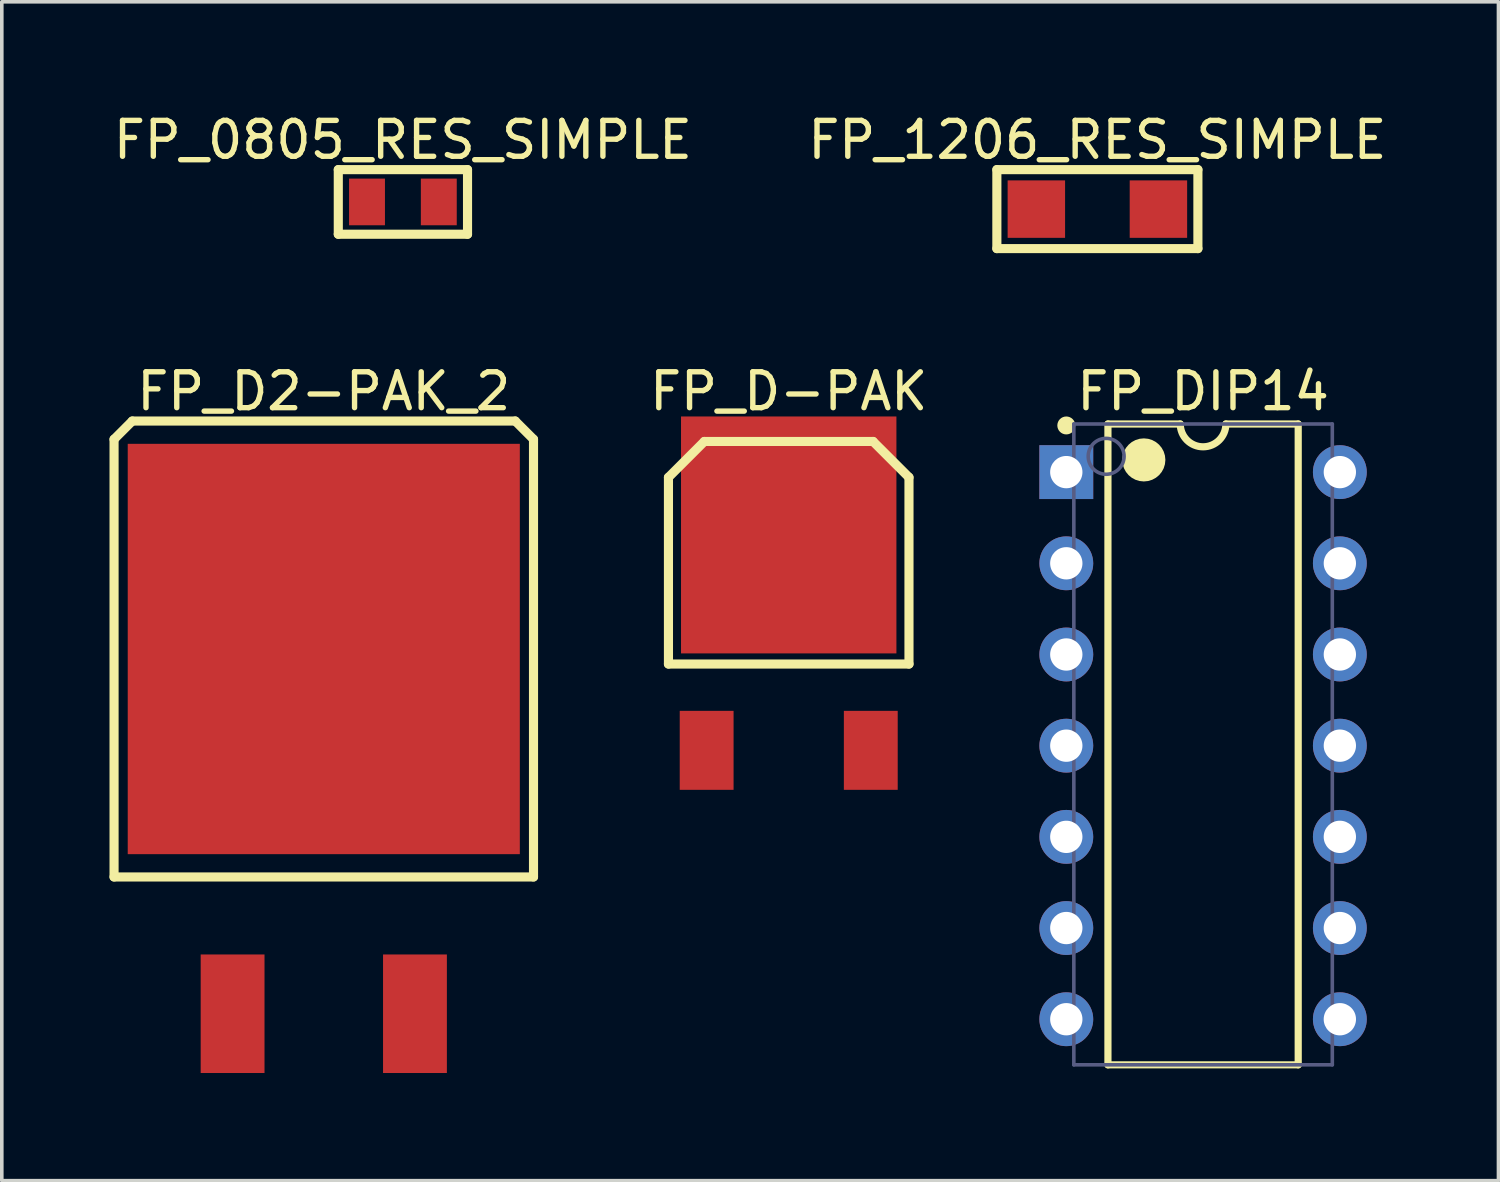
<source format=kicad_pcb>
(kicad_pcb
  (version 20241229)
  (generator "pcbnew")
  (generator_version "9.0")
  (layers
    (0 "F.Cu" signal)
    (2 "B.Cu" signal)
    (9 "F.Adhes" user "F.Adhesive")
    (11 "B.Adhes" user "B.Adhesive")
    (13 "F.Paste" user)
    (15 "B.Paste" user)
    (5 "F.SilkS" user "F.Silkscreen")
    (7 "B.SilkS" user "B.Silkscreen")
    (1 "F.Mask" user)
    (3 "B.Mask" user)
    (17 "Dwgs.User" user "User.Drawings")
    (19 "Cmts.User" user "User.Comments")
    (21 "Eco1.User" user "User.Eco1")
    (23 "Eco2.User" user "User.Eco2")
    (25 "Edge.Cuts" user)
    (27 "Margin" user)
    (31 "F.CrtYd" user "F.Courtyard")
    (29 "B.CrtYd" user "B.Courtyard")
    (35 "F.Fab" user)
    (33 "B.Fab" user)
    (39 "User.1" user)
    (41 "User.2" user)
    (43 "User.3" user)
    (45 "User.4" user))
  (footprint "FP_0805_RES_SIMPLE"
    (layer "F.Cu")
    (at 8.173 2.575)
    (property "Reference" "FP_0805_RES_SIMPLE" (at -0.000005 -1.727 0) (layer "F.SilkS") (effects (font (size 1 1) (thickness 0.15))))
    (fp_line (start -1.8 -0.9) (end 1.8 -0.9) (stroke (width 0.254) (type solid)) (layer "F.SilkS"))
    (fp_line (start -1.8 0.9) (end -1.8 -0.9) (stroke (width 0.254) (type solid)) (layer "F.SilkS"))
    (fp_line (start -1.8 0.9) (end 1.8 0.9) (stroke (width 0.254) (type solid)) (layer "F.SilkS"))
    (fp_line (start 1.8 0.9) (end 1.8 -0.9) (stroke (width 0.254) (type solid)) (layer "F.SilkS"))
    (pad "1" smd rect (at -1 0) (size 1 1.3) (layers "F.Cu" "F.Mask" "F.Paste"))
    (pad "2" smd rect (at 1 0) (size 1 1.3) (layers "F.Cu" "F.Mask" "F.Paste")))
  (footprint "FP_DIP14"
    (layer "F.Cu")
    (at 30.462 17.721)
    (property "Reference" "FP_DIP14" (at 0 -9.87 0) (layer "F.SilkS") (effects (font (size 1 1) (thickness 0.15))))
    (fp_line (start -2.65 -8.96) (end -0.635 -8.96) (stroke (width 0.2) (type solid)) (layer "F.SilkS"))
    (fp_line (start -2.65 8.89) (end -2.65 -8.96) (stroke (width 0.2) (type solid)) (layer "F.SilkS"))
    (fp_line (start -2.65 8.89) (end 2.65 8.89) (stroke (width 0.2) (type solid)) (layer "F.SilkS"))
    (fp_line (start 0.635 -8.96) (end 2.65 -8.96) (stroke (width 0.2) (type solid)) (layer "F.SilkS"))
    (fp_line (start 2.65 8.89) (end 2.65 -8.96) (stroke (width 0.2) (type solid)) (layer "F.SilkS"))
    (fp_arc (start 0.635 -8.96) (mid 0 -8.325) (end -0.635 -8.96) (stroke (width 0.2) (type solid)) (layer "F.SilkS"))
    (fp_circle (center -3.81 -8.92) (end -3.81 -9.045) (stroke (width 0.25) (type solid)) (fill no) (layer "F.SilkS"))
    (fp_circle (center -1.65 -7.96) (end -1.65 -8.26) (stroke (width 0.6) (type solid)) (fill no) (layer "F.SilkS"))
    (fp_line (start -3.6 -8.96) (end 3.6 -8.96) (stroke (width 0.1) (type solid)) (layer "B.Fab"))
    (fp_line (start -3.6 8.89) (end -3.6 -8.96) (stroke (width 0.1) (type solid)) (layer "B.Fab"))
    (fp_line (start -3.6 8.89) (end 3.6 8.89) (stroke (width 0.1) (type solid)) (layer "B.Fab"))
    (fp_line (start 3.6 8.89) (end 3.6 -8.96) (stroke (width 0.1) (type solid)) (layer "B.Fab"))
    (fp_circle (center -2.7 -8.06) (end -2.7 -8.56) (stroke (width 0.1) (type solid)) (fill no) (layer "B.Fab"))
    (pad "1" thru_hole rect (at -3.81 -7.62) (size 1.5 1.5) (drill 0.9) (layers "*.Cu" "*.Mask"))
    (pad "2" thru_hole circle (at -3.81 -5.08) (size 1.5 1.5) (drill 0.9) (layers "*.Cu" "*.Mask"))
    (pad "3" thru_hole circle (at -3.81 -2.54) (size 1.5 1.5) (drill 0.9) (layers "*.Cu" "*.Mask"))
    (pad "4" thru_hole circle (at -3.81 0) (size 1.5 1.5) (drill 0.9) (layers "*.Cu" "*.Mask"))
    (pad "5" thru_hole circle (at -3.81 2.54) (size 1.5 1.5) (drill 0.9) (layers "*.Cu" "*.Mask"))
    (pad "6" thru_hole circle (at -3.81 5.08) (size 1.5 1.5) (drill 0.9) (layers "*.Cu" "*.Mask"))
    (pad "7" thru_hole circle (at -3.81 7.62) (size 1.5 1.5) (drill 0.9) (layers "*.Cu" "*.Mask"))
    (pad "8" thru_hole circle (at 3.81 7.62) (size 1.5 1.5) (drill 0.9) (layers "*.Cu" "*.Mask"))
    (pad "9" thru_hole circle (at 3.81 5.08) (size 1.5 1.5) (drill 0.9) (layers "*.Cu" "*.Mask"))
    (pad "10" thru_hole circle (at 3.81 2.54) (size 1.5 1.5) (drill 0.9) (layers "*.Cu" "*.Mask"))
    (pad "11" thru_hole circle (at 3.81 0) (size 1.5 1.5) (drill 0.9) (layers "*.Cu" "*.Mask"))
    (pad "12" thru_hole circle (at 3.81 -2.54) (size 1.5 1.5) (drill 0.9) (layers "*.Cu" "*.Mask"))
    (pad "13" thru_hole circle (at 3.81 -5.08) (size 1.5 1.5) (drill 0.9) (layers "*.Cu" "*.Mask"))
    (pad "14" thru_hole circle (at 3.81 -7.62) (size 1.5 1.5) (drill 0.9) (layers "*.Cu" "*.Mask")))
  (footprint "FP_1206_RES_SIMPLE"
    (layer "F.Cu")
    (at 27.518 2.775)
    (property "Reference" "FP_1206_RES_SIMPLE" (at 0 -1.927 0) (layer "F.SilkS") (effects (font (size 1 1) (thickness 0.15))))
    (fp_line (start -2.8 -1.1) (end 2.8 -1.1) (stroke (width 0.254) (type solid)) (layer "F.SilkS"))
    (fp_line (start -2.8 1.1) (end -2.8 -1.1) (stroke (width 0.254) (type solid)) (layer "F.SilkS"))
    (fp_line (start -2.8 1.1) (end 2.8 1.1) (stroke (width 0.254) (type solid)) (layer "F.SilkS"))
    (fp_line (start 2.8 1.1) (end 2.8 -1.1) (stroke (width 0.254) (type solid)) (layer "F.SilkS"))
    (pad "1" smd rect (at -1.7 0 90) (size 1.6 1.6) (layers "F.Cu" "F.Mask" "F.Paste"))
    (pad "2" smd rect (at 1.7 0 90) (size 1.6 1.6) (layers "F.Cu" "F.Mask" "F.Paste")))
  (footprint "FP_D-PAK"
    (layer "F.Cu")
    (at 16.634 17.851)
    (property "Reference" "FP_D-PAK" (at 2.286 -10 0) (layer "F.SilkS") (effects (font (size 1 1) (thickness 0.15))))
    (fp_line (start -1.064 -7.604) (end -0.064 -8.604) (stroke (width 0.254) (type solid)) (layer "F.SilkS"))
    (fp_line (start -1.064 -2.404) (end -1.064 -7.604) (stroke (width 0.254) (type solid)) (layer "F.SilkS"))
    (fp_line (start -1.064 -2.404) (end 5.636 -2.404) (stroke (width 0.254) (type solid)) (layer "F.SilkS"))
    (fp_line (start -0.064 -8.604) (end 4.636 -8.604) (stroke (width 0.254) (type solid)) (layer "F.SilkS"))
    (fp_line (start 4.636 -8.604) (end 5.636 -7.604) (stroke (width 0.254) (type solid)) (layer "F.SilkS"))
    (fp_line (start 5.636 -2.404) (end 5.636 -7.604) (stroke (width 0.254) (type solid)) (layer "F.SilkS"))
    (pad "1" smd rect (at 0 0) (size 1.5 2.2) (layers "F.Cu" "F.Mask" "F.Paste"))
    (pad "3" smd rect (at 4.572 0) (size 1.5 2.2) (layers "F.Cu" "F.Mask" "F.Paste"))
    (pad "4" smd rect (at 2.286 -6) (size 6 6.6) (layers "F.Cu" "F.Mask" "F.Paste")))
  (footprint "FP_D2-PAK_2"
    (layer "F.Cu")
    (at 5.969 25.188)
    (property "Reference" "FP_D2-PAK_2" (at 0 -17.337 0) (layer "F.SilkS") (effects (font (size 1 1) (thickness 0.15))))
    (fp_line (start -5.842 -16.002) (end -5.334 -16.51) (stroke (width 0.254) (type solid)) (layer "F.SilkS"))
    (fp_line (start -5.842 -3.81) (end -5.842 -16.002) (stroke (width 0.254) (type solid)) (layer "F.SilkS"))
    (fp_line (start -5.842 -3.81) (end 5.842 -3.81) (stroke (width 0.254) (type solid)) (layer "F.SilkS"))
    (fp_line (start -5.334 -16.51) (end 5.334 -16.51) (stroke (width 0.254) (type solid)) (layer "F.SilkS"))
    (fp_line (start 5.334 -16.51) (end 5.842 -16.002) (stroke (width 0.254) (type solid)) (layer "F.SilkS"))
    (fp_line (start 5.842 -3.81) (end 5.842 -16.002) (stroke (width 0.254) (type solid)) (layer "F.SilkS"))
    (pad "1" smd rect (at -2.54 0) (size 1.778 3.302) (layers "F.Cu" "F.Mask" "F.Paste"))
    (pad "2" smd rect (at 0 -10.16) (size 10.922 11.43) (layers "F.Cu" "F.Mask" "F.Paste"))
    (pad "3" smd rect (at 2.54 0) (size 1.778 3.302) (layers "F.Cu" "F.Mask" "F.Paste")))
  (gr_rect
    (start -3 -3)
    (end 38.69 29.838)
    (stroke (width 0.1) (type default))
    (fill no)
    (layer "Edge.Cuts")))
</source>
